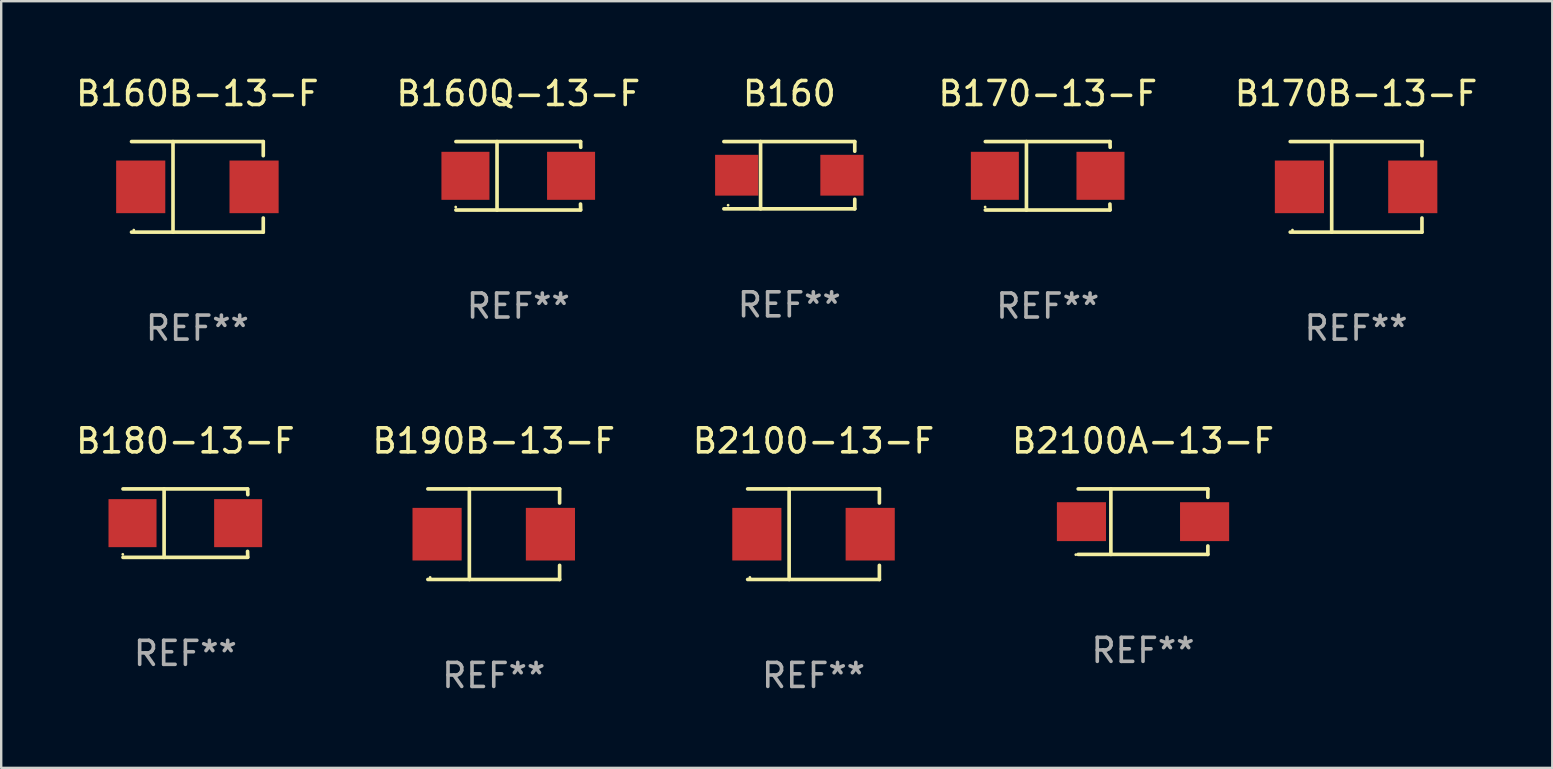
<source format=kicad_pcb>
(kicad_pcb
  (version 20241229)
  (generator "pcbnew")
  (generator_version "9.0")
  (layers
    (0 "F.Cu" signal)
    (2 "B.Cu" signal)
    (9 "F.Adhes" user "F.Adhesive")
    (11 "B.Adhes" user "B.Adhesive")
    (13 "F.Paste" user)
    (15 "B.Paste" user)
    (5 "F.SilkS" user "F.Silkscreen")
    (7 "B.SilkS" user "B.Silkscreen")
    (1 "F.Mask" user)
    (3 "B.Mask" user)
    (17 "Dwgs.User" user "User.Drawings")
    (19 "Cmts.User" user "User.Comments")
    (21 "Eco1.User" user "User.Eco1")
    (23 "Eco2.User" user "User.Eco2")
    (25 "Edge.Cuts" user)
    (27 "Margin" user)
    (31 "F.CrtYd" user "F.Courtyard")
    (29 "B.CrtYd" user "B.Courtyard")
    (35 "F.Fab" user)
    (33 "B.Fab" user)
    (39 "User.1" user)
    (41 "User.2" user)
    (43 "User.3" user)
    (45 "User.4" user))
  (footprint "B160"
    (layer "F.Cu")
    (at 29.831 4.249)
    (property "Reference" "B160" (at 0 -3.401 0) (layer "F.SilkS") (effects (font (size 1 1) (thickness 0.15))))
    (attr through_hole)
    (fp_line (start -2.726 -1.401) (end 2.726 -1.401) (stroke (width 0.152) (type solid)) (layer "F.SilkS"))
    (fp_line (start -2.726 1.401) (end 2.726 1.401) (stroke (width 0.152) (type solid)) (layer "F.SilkS"))
    (fp_line (start -1.197 -1.401) (end -1.197 1.401) (stroke (width 0.152) (type solid)) (layer "F.SilkS"))
    (fp_line (start 2.726 -1.401) (end 2.726 -1) (stroke (width 0.152) (type solid)) (layer "F.SilkS"))
    (fp_line (start 2.726 1.401) (end 2.726 1) (stroke (width 0.152) (type solid)) (layer "F.SilkS"))
    (fp_circle (center -2.55 1.25) (end -2.52 1.25) (stroke (width 0.06) (type solid)) (fill no) (layer "F.SilkS"))
    (fp_text user "REF**" (at 0 5.401 0) (layer "F.Fab") (effects (font (size 1 1) (thickness 0.15))))
    (pad "1" smd rect (at -2.192 0) (size 1.8 1.7) (layers "F.Cu" "F.Mask" "F.Paste"))
    (pad "2" smd rect (at 2.192 0) (size 1.8 1.7) (layers "F.Cu" "F.Mask" "F.Paste")))
  (footprint "B2100-13-F"
    (layer "F.Cu")
    (at 30.839 19.203)
    (property "Reference" "B2100-13-F" (at 0 -3.886 0) (layer "F.SilkS") (effects (font (size 1 1) (thickness 0.15))))
    (attr through_hole)
    (fp_line (start -2.744 -1.886) (end 2.744 -1.886) (stroke (width 0.152) (type solid)) (layer "F.SilkS"))
    (fp_line (start -2.744 1.886) (end 2.744 1.886) (stroke (width 0.152) (type solid)) (layer "F.SilkS"))
    (fp_line (start -1.016 -1.886) (end -1.016 1.886) (stroke (width 0.152) (type solid)) (layer "F.SilkS"))
    (fp_line (start 2.744 -1.886) (end 2.744 -1.299) (stroke (width 0.152) (type solid)) (layer "F.SilkS"))
    (fp_line (start 2.744 1.886) (end 2.744 1.299) (stroke (width 0.152) (type solid)) (layer "F.SilkS"))
    (fp_circle (center -2.65 1.8) (end -2.62 1.8) (stroke (width 0.06) (type solid)) (fill no) (layer "F.SilkS"))
    (fp_text user "REF**" (at 0 5.886 0) (layer "F.Fab") (effects (font (size 1 1) (thickness 0.15))))
    (pad "1" smd rect (at -2.361 0) (size 2.047 2.192) (layers "F.Cu" "F.Mask" "F.Paste"))
    (pad "2" smd rect (at 2.361 0) (size 2.047 2.192) (layers "F.Cu" "F.Mask" "F.Paste")))
  (footprint "B190B-13-F"
    (layer "F.Cu")
    (at 17.518 19.203)
    (property "Reference" "B190B-13-F" (at 0 -3.886 0) (layer "F.SilkS") (effects (font (size 1 1) (thickness 0.15))))
    (attr through_hole)
    (fp_line (start -2.744 -1.886) (end 2.744 -1.886) (stroke (width 0.152) (type solid)) (layer "F.SilkS"))
    (fp_line (start -2.744 1.886) (end 2.744 1.886) (stroke (width 0.152) (type solid)) (layer "F.SilkS"))
    (fp_line (start -1.016 -1.886) (end -1.016 1.886) (stroke (width 0.152) (type solid)) (layer "F.SilkS"))
    (fp_line (start 2.744 -1.886) (end 2.744 -1.299) (stroke (width 0.152) (type solid)) (layer "F.SilkS"))
    (fp_line (start 2.744 1.886) (end 2.744 1.299) (stroke (width 0.152) (type solid)) (layer "F.SilkS"))
    (fp_circle (center -2.65 1.8) (end -2.62 1.8) (stroke (width 0.06) (type solid)) (fill no) (layer "F.SilkS"))
    (fp_text user "REF**" (at 0 5.886 0) (layer "F.Fab") (effects (font (size 1 1) (thickness 0.15))))
    (pad "1" smd rect (at -2.361 0) (size 2.047 2.192) (layers "F.Cu" "F.Mask" "F.Paste"))
    (pad "2" smd rect (at 2.361 0) (size 2.047 2.192) (layers "F.Cu" "F.Mask" "F.Paste")))
  (footprint "B170B-13-F"
    (layer "F.Cu")
    (at 53.441 4.734)
    (property "Reference" "B170B-13-F" (at 0 -3.886 0) (layer "F.SilkS") (effects (font (size 1 1) (thickness 0.15))))
    (attr through_hole)
    (fp_line (start -2.744 -1.886) (end 2.744 -1.886) (stroke (width 0.152) (type solid)) (layer "F.SilkS"))
    (fp_line (start -2.744 1.886) (end 2.744 1.886) (stroke (width 0.152) (type solid)) (layer "F.SilkS"))
    (fp_line (start -1.016 -1.886) (end -1.016 1.886) (stroke (width 0.152) (type solid)) (layer "F.SilkS"))
    (fp_line (start 2.744 -1.886) (end 2.744 -1.299) (stroke (width 0.152) (type solid)) (layer "F.SilkS"))
    (fp_line (start 2.744 1.886) (end 2.744 1.299) (stroke (width 0.152) (type solid)) (layer "F.SilkS"))
    (fp_circle (center -2.65 1.8) (end -2.62 1.8) (stroke (width 0.06) (type solid)) (fill no) (layer "F.SilkS"))
    (fp_text user "REF**" (at 0 5.886 0) (layer "F.Fab") (effects (font (size 1 1) (thickness 0.15))))
    (pad "1" smd rect (at -2.361 0) (size 2.047 2.192) (layers "F.Cu" "F.Mask" "F.Paste"))
    (pad "2" smd rect (at 2.361 0) (size 2.047 2.192) (layers "F.Cu" "F.Mask" "F.Paste")))
  (footprint "B2100A-13-F"
    (layer "F.Cu")
    (at 44.565 18.681)
    (property "Reference" "B2100A-13-F" (at 0 -3.364 0) (layer "F.SilkS") (effects (font (size 1 1) (thickness 0.15))))
    (attr through_hole)
    (fp_line (start -2.701 -1.364) (end 2.701 -1.364) (stroke (width 0.152) (type solid)) (layer "F.SilkS"))
    (fp_line (start -2.701 1.364) (end 2.701 1.364) (stroke (width 0.152) (type solid)) (layer "F.SilkS"))
    (fp_line (start -1.339 -1.364) (end -1.339 1.364) (stroke (width 0.152) (type solid)) (layer "F.SilkS"))
    (fp_line (start 2.701 -1.364) (end 2.701 -1.013) (stroke (width 0.152) (type solid)) (layer "F.SilkS"))
    (fp_line (start 2.701 1.364) (end 2.701 1.013) (stroke (width 0.152) (type solid)) (layer "F.SilkS"))
    (fp_circle (center -2.8 1.375) (end -2.77 1.375) (stroke (width 0.06) (type solid)) (fill no) (layer "F.SilkS"))
    (fp_text user "REF**" (at 0 5.364 0) (layer "F.Fab") (effects (font (size 1 1) (thickness 0.15))))
    (pad "1" smd rect (at -2.565 -0.000025) (size 2.046 1.62) (layers "F.Cu" "F.Mask" "F.Paste"))
    (pad "2" smd rect (at 2.565 -0.000025) (size 2.046 1.62) (layers "F.Cu" "F.Mask" "F.Paste")))
  (footprint "B170-13-F"
    (layer "F.Cu")
    (at 40.596 4.274)
    (property "Reference" "B170-13-F" (at 0 -3.426 0) (layer "F.SilkS") (effects (font (size 1 1) (thickness 0.15))))
    (attr through_hole)
    (fp_line (start -2.6 -1.426) (end 2.593 -1.426) (stroke (width 0.152) (type solid)) (layer "F.SilkS"))
    (fp_line (start -2.6 1.426) (end 2.593 1.426) (stroke (width 0.152) (type solid)) (layer "F.SilkS"))
    (fp_line (start -0.887 -1.426) (end -0.887 1.426) (stroke (width 0.152) (type solid)) (layer "F.SilkS"))
    (fp_line (start 2.59 1.176) (end 2.597 1.415) (stroke (width 0.152) (type solid)) (layer "F.SilkS"))
    (fp_line (start 2.593 -1.426) (end 2.6 -1.187) (stroke (width 0.152) (type solid)) (layer "F.SilkS"))
    (fp_circle (center -2.608 1.3) (end -2.578 1.3) (stroke (width 0.06) (type solid)) (fill no) (layer "F.SilkS"))
    (fp_text user "REF**" (at 0 5.426 0) (layer "F.Fab") (effects (font (size 1 1) (thickness 0.15))))
    (pad "1" smd rect (at -2.203 0 180) (size 2 2) (layers "F.Cu" "F.Mask" "F.Paste"))
    (pad "2" smd rect (at 2.197 0 180) (size 2 2) (layers "F.Cu" "F.Mask" "F.Paste")))
  (footprint "B160Q-13-F"
    (layer "F.Cu")
    (at 18.542 4.274)
    (property "Reference" "B160Q-13-F" (at 0 -3.426 0) (layer "F.SilkS") (effects (font (size 1 1) (thickness 0.15))))
    (attr through_hole)
    (fp_line (start -2.6 -1.426) (end 2.593 -1.426) (stroke (width 0.152) (type solid)) (layer "F.SilkS"))
    (fp_line (start -2.6 1.426) (end 2.593 1.426) (stroke (width 0.152) (type solid)) (layer "F.SilkS"))
    (fp_line (start -0.887 -1.426) (end -0.887 1.426) (stroke (width 0.152) (type solid)) (layer "F.SilkS"))
    (fp_line (start 2.59 1.176) (end 2.597 1.415) (stroke (width 0.152) (type solid)) (layer "F.SilkS"))
    (fp_line (start 2.593 -1.426) (end 2.6 -1.187) (stroke (width 0.152) (type solid)) (layer "F.SilkS"))
    (fp_circle (center -2.608 1.3) (end -2.578 1.3) (stroke (width 0.06) (type solid)) (fill no) (layer "F.SilkS"))
    (fp_text user "REF**" (at 0 5.426 0) (layer "F.Fab") (effects (font (size 1 1) (thickness 0.15))))
    (pad "1" smd rect (at -2.203 0 180) (size 2 2) (layers "F.Cu" "F.Mask" "F.Paste"))
    (pad "2" smd rect (at 2.197 0 180) (size 2 2) (layers "F.Cu" "F.Mask" "F.Paste")))
  (footprint "B160B-13-F"
    (layer "F.Cu")
    (at 5.173 4.734)
    (property "Reference" "B160B-13-F" (at 0 -3.886 0) (layer "F.SilkS") (effects (font (size 1 1) (thickness 0.15))))
    (attr through_hole)
    (fp_line (start -2.744 -1.886) (end 2.744 -1.886) (stroke (width 0.152) (type solid)) (layer "F.SilkS"))
    (fp_line (start -2.744 1.886) (end 2.744 1.886) (stroke (width 0.152) (type solid)) (layer "F.SilkS"))
    (fp_line (start -1.016 -1.886) (end -1.016 1.886) (stroke (width 0.152) (type solid)) (layer "F.SilkS"))
    (fp_line (start 2.744 -1.886) (end 2.744 -1.299) (stroke (width 0.152) (type solid)) (layer "F.SilkS"))
    (fp_line (start 2.744 1.886) (end 2.744 1.299) (stroke (width 0.152) (type solid)) (layer "F.SilkS"))
    (fp_circle (center -2.65 1.8) (end -2.62 1.8) (stroke (width 0.06) (type solid)) (fill no) (layer "F.SilkS"))
    (fp_text user "REF**" (at 0 5.886 0) (layer "F.Fab") (effects (font (size 1 1) (thickness 0.15))))
    (pad "1" smd rect (at -2.361 0) (size 2.047 2.192) (layers "F.Cu" "F.Mask" "F.Paste"))
    (pad "2" smd rect (at 2.361 0) (size 2.047 2.192) (layers "F.Cu" "F.Mask" "F.Paste")))
  (footprint "B180-13-F"
    (layer "F.Cu")
    (at 4.673 18.743)
    (property "Reference" "B180-13-F" (at 0 -3.426 0) (layer "F.SilkS") (effects (font (size 1 1) (thickness 0.15))))
    (attr through_hole)
    (fp_line (start -2.6 -1.426) (end 2.593 -1.426) (stroke (width 0.152) (type solid)) (layer "F.SilkS"))
    (fp_line (start -2.6 1.426) (end 2.593 1.426) (stroke (width 0.152) (type solid)) (layer "F.SilkS"))
    (fp_line (start -0.887 -1.426) (end -0.887 1.426) (stroke (width 0.152) (type solid)) (layer "F.SilkS"))
    (fp_line (start 2.59 1.176) (end 2.597 1.415) (stroke (width 0.152) (type solid)) (layer "F.SilkS"))
    (fp_line (start 2.593 -1.426) (end 2.6 -1.187) (stroke (width 0.152) (type solid)) (layer "F.SilkS"))
    (fp_circle (center -2.608 1.3) (end -2.578 1.3) (stroke (width 0.06) (type solid)) (fill no) (layer "F.SilkS"))
    (fp_text user "REF**" (at 0 5.426 0) (layer "F.Fab") (effects (font (size 1 1) (thickness 0.15))))
    (pad "1" smd rect (at -2.203 0 180) (size 2 2) (layers "F.Cu" "F.Mask" "F.Paste"))
    (pad "2" smd rect (at 2.197 0 180) (size 2 2) (layers "F.Cu" "F.Mask" "F.Paste")))
  (gr_rect
    (start -3 -3)
    (end 61.613 28.938)
    (stroke (width 0.1) (type default))
    (fill no)
    (layer "Edge.Cuts")))
</source>
